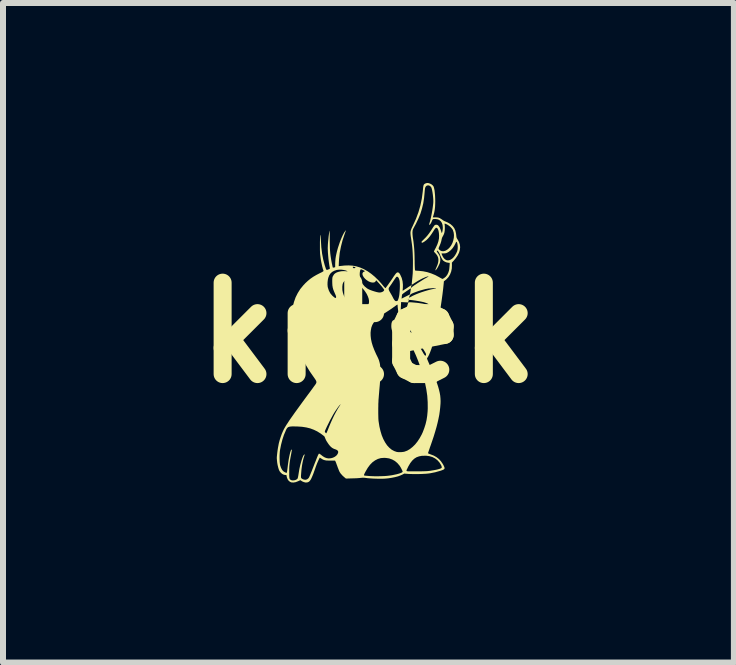
<source format=kicad_pcb>
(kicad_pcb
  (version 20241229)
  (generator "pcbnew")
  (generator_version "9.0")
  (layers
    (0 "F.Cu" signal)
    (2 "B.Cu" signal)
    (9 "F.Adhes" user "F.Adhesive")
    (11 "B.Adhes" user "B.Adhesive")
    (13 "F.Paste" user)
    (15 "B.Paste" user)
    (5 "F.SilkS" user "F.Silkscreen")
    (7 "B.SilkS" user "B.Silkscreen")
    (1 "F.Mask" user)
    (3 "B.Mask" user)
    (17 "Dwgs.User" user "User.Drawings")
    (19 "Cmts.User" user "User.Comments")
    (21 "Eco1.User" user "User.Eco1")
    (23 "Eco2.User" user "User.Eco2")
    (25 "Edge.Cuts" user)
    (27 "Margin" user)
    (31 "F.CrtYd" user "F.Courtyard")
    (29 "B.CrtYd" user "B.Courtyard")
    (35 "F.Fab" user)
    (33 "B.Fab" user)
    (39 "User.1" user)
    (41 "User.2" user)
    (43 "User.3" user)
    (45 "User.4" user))
  (footprint "krtek"
    (layer "F.Cu")
    (at 3.092 2.496)
    (property "Reference" "krtek" (at 0 0 0) (layer "F.SilkS") (effects (font (size 1.524 1.524) (thickness 0.3))))
    (attr board_only exclude_from_pos_files exclude_from_bom)
    (fp_poly (pts (xy -0.305 -0.84) (xy -0.279 -0.834) (xy -0.251 -0.823) (xy -0.223 -0.808) (xy -0.197 -0.789) (xy -0.172 -0.768) (xy -0.152 -0.743) (xy -0.143 -0.73) (xy -0.135 -0.712) (xy -0.129 -0.692) (xy -0.128 -0.687) (xy -0.127 -0.673) (xy -0.129 -0.663) (xy -0.136 -0.654) (xy -0.14 -0.65) (xy -0.151 -0.641) (xy -0.162 -0.636) (xy -0.178 -0.636) (xy -0.197 -0.637) (xy -0.218 -0.642) (xy -0.226 -0.644) (xy -0.26 -0.659) (xy -0.292 -0.68) (xy -0.322 -0.705) (xy -0.345 -0.731) (xy -0.358 -0.753) (xy -0.366 -0.775) (xy -0.368 -0.798) (xy -0.365 -0.816) (xy -0.361 -0.823) (xy -0.347 -0.835) (xy -0.328 -0.84)) (stroke (width 0) (type solid)) (fill yes) (layer "F.SilkS"))
    (fp_poly (pts (xy 0.44 -0.206) (xy 0.449 -0.194) (xy 0.457 -0.173) (xy 0.464 -0.144) (xy 0.468 -0.123) (xy 0.473 -0.096) (xy 0.48 -0.064) (xy 0.488 -0.035) (xy 0.49 -0.027) (xy 0.496 -0.006) (xy 0.501 0.013) (xy 0.504 0.026) (xy 0.504 0.031) (xy 0.501 0.044) (xy 0.491 0.052) (xy 0.476 0.053) (xy 0.459 0.047) (xy 0.451 0.042) (xy 0.43 0.024) (xy 0.41 -0.002) (xy 0.395 -0.032) (xy 0.392 -0.037) (xy 0.385 -0.064) (xy 0.381 -0.095) (xy 0.381 -0.127) (xy 0.384 -0.157) (xy 0.391 -0.18) (xy 0.391 -0.181) (xy 0.402 -0.199) (xy 0.414 -0.208) (xy 0.415 -0.209) (xy 0.428 -0.211)) (stroke (width 0) (type solid)) (fill yes) (layer "F.SilkS"))
    (fp_poly (pts (xy 1.001 -2.494) (xy 1.014 -2.49) (xy 1.043 -2.478) (xy 1.067 -2.46) (xy 1.084 -2.439) (xy 1.088 -2.429) (xy 1.095 -2.403) (xy 1.102 -2.369) (xy 1.106 -2.329) (xy 1.11 -2.284) (xy 1.112 -2.238) (xy 1.113 -2.19) (xy 1.112 -2.144) (xy 1.11 -2.1) (xy 1.106 -2.061) (xy 1.102 -2.034) (xy 1.097 -2.009) (xy 1.091 -1.984) (xy 1.085 -1.963) (xy 1.082 -1.952) (xy 1.076 -1.937) (xy 1.073 -1.927) (xy 1.072 -1.923) (xy 1.076 -1.923) (xy 1.088 -1.922) (xy 1.106 -1.922) (xy 1.114 -1.923) (xy 1.144 -1.922) (xy 1.168 -1.918) (xy 1.189 -1.91) (xy 1.21 -1.897) (xy 1.225 -1.887) (xy 1.242 -1.875) (xy 1.259 -1.864) (xy 1.273 -1.858) (xy 1.274 -1.857) (xy 1.288 -1.852) (xy 1.306 -1.844) (xy 1.324 -1.836) (xy 1.367 -1.81) (xy 1.402 -1.779) (xy 1.429 -1.744) (xy 1.448 -1.703) (xy 1.459 -1.656) (xy 1.463 -1.626) (xy 1.465 -1.604) (xy 1.468 -1.588) (xy 1.472 -1.576) (xy 1.479 -1.565) (xy 1.48 -1.563) (xy 1.489 -1.548) (xy 1.5 -1.528) (xy 1.509 -1.51) (xy 1.523 -1.469) (xy 1.528 -1.426) (xy 1.523 -1.382) (xy 1.51 -1.336) (xy 1.487 -1.289) (xy 1.455 -1.242) (xy 1.415 -1.194) (xy 1.414 -1.194) (xy 1.39 -1.168) (xy 1.391 -1.126) (xy 1.389 -1.07) (xy 1.378 -1.018) (xy 1.359 -0.97) (xy 1.333 -0.927) (xy 1.299 -0.89) (xy 1.283 -0.877) (xy 1.257 -0.857) (xy 1.254 -0.822) (xy 1.245 -0.734) (xy 1.234 -0.643) (xy 1.221 -0.548) (xy 1.207 -0.452) (xy 1.191 -0.356) (xy 1.175 -0.261) (xy 1.157 -0.167) (xy 1.138 -0.077) (xy 1.119 0.009) (xy 1.1 0.09) (xy 1.081 0.163) (xy 1.061 0.229) (xy 1.05 0.265) (xy 1.037 0.3) (xy 1.024 0.334) (xy 1.011 0.364) (xy 0.999 0.389) (xy 0.989 0.408) (xy 0.98 0.419) (xy 0.98 0.419) (xy 0.978 0.422) (xy 0.976 0.426) (xy 0.977 0.431) (xy 0.979 0.44) (xy 0.983 0.452) (xy 0.991 0.47) (xy 1.001 0.494) (xy 1.015 0.525) (xy 1.023 0.545) (xy 1.06 0.629) (xy 1.092 0.706) (xy 1.119 0.776) (xy 1.142 0.84) (xy 1.161 0.898) (xy 1.176 0.952) (xy 1.188 1.003) (xy 1.196 1.05) (xy 1.2 1.095) (xy 1.202 1.138) (xy 1.201 1.179) (xy 1.196 1.242) (xy 1.189 1.305) (xy 1.18 1.369) (xy 1.167 1.434) (xy 1.152 1.501) (xy 1.134 1.572) (xy 1.112 1.648) (xy 1.087 1.73) (xy 1.057 1.819) (xy 1.037 1.877) (xy 1.025 1.91) (xy 1.015 1.94) (xy 1.006 1.966) (xy 0.999 1.987) (xy 0.994 2.001) (xy 0.992 2.007) (xy 0.992 2.007) (xy 0.997 2.012) (xy 1.009 2.018) (xy 1.028 2.025) (xy 1.033 2.027) (xy 1.088 2.048) (xy 1.134 2.074) (xy 1.175 2.106) (xy 1.209 2.144) (xy 1.24 2.19) (xy 1.254 2.216) (xy 1.263 2.236) (xy 1.268 2.251) (xy 1.268 2.264) (xy 1.262 2.273) (xy 1.25 2.282) (xy 1.229 2.291) (xy 1.201 2.301) (xy 1.193 2.303) (xy 1.112 2.326) (xy 1.027 2.343) (xy 1.013 2.345) (xy 0.988 2.348) (xy 0.955 2.351) (xy 0.916 2.353) (xy 0.874 2.355) (xy 0.829 2.356) (xy 0.785 2.356) (xy 0.742 2.356) (xy 0.703 2.355) (xy 0.67 2.354) (xy 0.656 2.353) (xy 0.596 2.348) (xy 0.571 2.362) (xy 0.536 2.378) (xy 0.493 2.394) (xy 0.443 2.407) (xy 0.389 2.418) (xy 0.331 2.427) (xy 0.299 2.43) (xy 0.263 2.433) (xy 0.22 2.434) (xy 0.173 2.434) (xy 0.123 2.433) (xy 0.074 2.431) (xy 0.028 2.428) (xy -0.012 2.425) (xy -0.028 2.423) (xy -0.057 2.419) (xy -0.08 2.417) (xy -0.1 2.417) (xy -0.12 2.419) (xy -0.13 2.42) (xy -0.148 2.422) (xy -0.174 2.424) (xy -0.204 2.426) (xy -0.238 2.427) (xy -0.272 2.428) (xy -0.274 2.428) (xy -0.376 2.431) (xy -0.406 2.406) (xy -0.435 2.38) (xy -0.44 2.373) (xy -0.075 2.373) (xy -0.072 2.379) (xy -0.064 2.382) (xy -0.05 2.383) (xy -0.043 2.384) (xy 0.034 2.39) (xy 0.115 2.393) (xy 0.196 2.392) (xy 0.273 2.389) (xy 0.31 2.386) (xy 0.352 2.381) (xy 0.393 2.375) (xy 0.432 2.367) (xy 0.47 2.359) (xy 0.503 2.35) (xy 0.531 2.341) (xy 0.552 2.332) (xy 0.566 2.323) (xy 0.569 2.319) (xy 0.569 2.312) (xy 0.565 2.302) (xy 0.634 2.302) (xy 0.638 2.307) (xy 0.646 2.309) (xy 0.66 2.31) (xy 0.67 2.31) (xy 0.686 2.311) (xy 0.71 2.311) (xy 0.74 2.311) (xy 0.774 2.311) (xy 0.811 2.311) (xy 0.844 2.311) (xy 0.891 2.31) (xy 0.929 2.309) (xy 0.962 2.308) (xy 0.99 2.306) (xy 1.016 2.303) (xy 1.04 2.3) (xy 1.043 2.299) (xy 1.086 2.292) (xy 1.125 2.285) (xy 1.159 2.277) (xy 1.186 2.269) (xy 1.205 2.262) (xy 1.206 2.262) (xy 1.218 2.254) (xy 1.222 2.243) (xy 1.219 2.228) (xy 1.212 2.21) (xy 1.184 2.164) (xy 1.15 2.126) (xy 1.11 2.095) (xy 1.065 2.072) (xy 1.014 2.057) (xy 0.958 2.05) (xy 0.897 2.052) (xy 0.889 2.052) (xy 0.843 2.061) (xy 0.801 2.076) (xy 0.763 2.1) (xy 0.729 2.132) (xy 0.697 2.173) (xy 0.668 2.222) (xy 0.662 2.233) (xy 0.649 2.261) (xy 0.639 2.28) (xy 0.634 2.294) (xy 0.634 2.302) (xy 0.565 2.302) (xy 0.564 2.299) (xy 0.556 2.282) (xy 0.546 2.262) (xy 0.535 2.242) (xy 0.523 2.223) (xy 0.517 2.214) (xy 0.481 2.172) (xy 0.44 2.138) (xy 0.395 2.113) (xy 0.344 2.095) (xy 0.289 2.087) (xy 0.258 2.086) (xy 0.206 2.09) (xy 0.157 2.104) (xy 0.11 2.128) (xy 0.066 2.16) (xy 0.025 2.202) (xy -0.013 2.253) (xy -0.048 2.313) (xy -0.055 2.326) (xy -0.066 2.348) (xy -0.073 2.364) (xy -0.075 2.373) (xy -0.44 2.373) (xy -0.46 2.352) (xy -0.479 2.324) (xy -0.485 2.313) (xy -0.49 2.302) (xy -0.497 2.284) (xy -0.506 2.261) (xy -0.516 2.236) (xy -0.519 2.225) (xy -0.529 2.2) (xy -0.537 2.177) (xy -0.544 2.159) (xy -0.549 2.147) (xy -0.551 2.144) (xy -0.557 2.132) (xy -0.636 2.132) (xy -0.672 2.131) (xy -0.701 2.13) (xy -0.724 2.126) (xy -0.743 2.121) (xy -0.762 2.113) (xy -0.781 2.101) (xy -0.791 2.095) (xy -0.812 2.081) (xy -0.835 2.128) (xy -0.844 2.149) (xy -0.856 2.176) (xy -0.868 2.207) (xy -0.88 2.239) (xy -0.887 2.26) (xy -0.905 2.311) (xy -0.92 2.353) (xy -0.934 2.387) (xy -0.946 2.415) (xy -0.957 2.438) (xy -0.967 2.455) (xy -0.977 2.468) (xy -0.987 2.479) (xy -0.998 2.487) (xy -1.001 2.488) (xy -1.022 2.496) (xy -1.048 2.497) (xy -1.077 2.49) (xy -1.107 2.477) (xy -1.117 2.47) (xy -1.136 2.458) (xy -1.175 2.476) (xy -1.214 2.491) (xy -1.249 2.497) (xy -1.281 2.496) (xy -1.305 2.487) (xy -1.328 2.47) (xy -1.346 2.446) (xy -1.359 2.415) (xy -1.362 2.401) (xy -1.368 2.372) (xy -1.386 2.372) (xy -1.411 2.367) (xy -1.436 2.355) (xy -1.459 2.336) (xy -1.479 2.312) (xy -1.486 2.3) (xy -1.496 2.276) (xy -1.505 2.245) (xy -1.514 2.208) (xy -1.521 2.17) (xy -1.525 2.132) (xy -1.528 2.096) (xy -1.528 2.087) (xy -1.528 2.083) (xy -1.482 2.083) (xy -1.481 2.119) (xy -1.48 2.152) (xy -1.477 2.18) (xy -1.474 2.201) (xy -1.473 2.207) (xy -1.459 2.249) (xy -1.442 2.282) (xy -1.424 2.305) (xy -1.411 2.315) (xy -1.396 2.324) (xy -1.382 2.331) (xy -1.369 2.335) (xy -1.362 2.334) (xy -1.361 2.333) (xy -1.359 2.327) (xy -1.357 2.314) (xy -1.354 2.293) (xy -1.351 2.269) (xy -1.348 2.245) (xy -1.342 2.195) (xy -1.335 2.147) (xy -1.328 2.102) (xy -1.32 2.061) (xy -1.312 2.026) (xy -1.305 1.996) (xy -1.297 1.972) (xy -1.291 1.956) (xy -1.285 1.948) (xy -1.28 1.948) (xy -1.278 1.954) (xy -1.279 1.966) (xy -1.282 1.985) (xy -1.287 2.013) (xy -1.292 2.04) (xy -1.301 2.087) (xy -1.308 2.127) (xy -1.313 2.163) (xy -1.317 2.196) (xy -1.32 2.23) (xy -1.321 2.266) (xy -1.321 2.307) (xy -1.321 2.321) (xy -1.321 2.359) (xy -1.321 2.388) (xy -1.319 2.41) (xy -1.317 2.426) (xy -1.313 2.437) (xy -1.307 2.445) (xy -1.299 2.451) (xy -1.289 2.457) (xy -1.289 2.457) (xy -1.27 2.462) (xy -1.246 2.461) (xy -1.222 2.457) (xy -1.202 2.448) (xy -1.19 2.439) (xy -1.18 2.428) (xy -1.179 2.426) (xy -1.177 2.416) (xy -1.173 2.399) (xy -1.169 2.377) (xy -1.165 2.352) (xy -1.164 2.345) (xy -1.152 2.272) (xy -1.137 2.205) (xy -1.12 2.143) (xy -1.113 2.12) (xy -1.101 2.085) (xy -1.09 2.059) (xy -1.081 2.041) (xy -1.072 2.032) (xy -1.069 2.03) (xy -1.065 2.029) (xy -1.063 2.029) (xy -1.063 2.033) (xy -1.066 2.042) (xy -1.071 2.058) (xy -1.074 2.065) (xy -1.087 2.111) (xy -1.099 2.164) (xy -1.109 2.221) (xy -1.117 2.282) (xy -1.122 2.343) (xy -1.123 2.358) (xy -1.125 2.383) (xy -1.125 2.4) (xy -1.124 2.411) (xy -1.123 2.419) (xy -1.12 2.424) (xy -1.115 2.429) (xy -1.114 2.429) (xy -1.098 2.44) (xy -1.076 2.448) (xy -1.055 2.451) (xy -1.045 2.451) (xy -1.022 2.443) (xy -1.002 2.427) (xy -0.991 2.412) (xy -0.986 2.402) (xy -0.979 2.385) (xy -0.969 2.362) (xy -0.958 2.334) (xy -0.945 2.304) (xy -0.939 2.287) (xy -0.925 2.252) (xy -0.911 2.216) (xy -0.897 2.18) (xy -0.884 2.148) (xy -0.874 2.123) (xy -0.872 2.117) (xy -0.858 2.082) (xy -0.847 2.055) (xy -0.838 2.036) (xy -0.831 2.023) (xy -0.826 2.016) (xy -0.825 2.015) (xy -0.819 2.017) (xy -0.808 2.023) (xy -0.794 2.033) (xy -0.794 2.033) (xy -0.76 2.06) (xy -0.728 2.079) (xy -0.698 2.09) (xy -0.668 2.095) (xy -0.658 2.095) (xy -0.624 2.092) (xy -0.592 2.083) (xy -0.563 2.069) (xy -0.538 2.051) (xy -0.52 2.03) (xy -0.508 2.007) (xy -0.504 1.987) (xy -0.509 1.971) (xy -0.522 1.958) (xy -0.54 1.948) (xy -0.549 1.945) (xy -0.577 1.935) (xy -0.603 1.921) (xy -0.626 1.903) (xy -0.644 1.884) (xy -0.664 1.859) (xy -0.683 1.831) (xy -0.701 1.803) (xy -0.714 1.777) (xy -0.72 1.762) (xy -0.727 1.745) (xy -0.733 1.732) (xy -0.738 1.725) (xy -0.795 1.682) (xy -0.851 1.647) (xy -0.728 1.647) (xy -0.725 1.655) (xy -0.718 1.665) (xy -0.711 1.673) (xy -0.704 1.676) (xy -0.703 1.676) (xy -0.7 1.67) (xy -0.694 1.659) (xy -0.692 1.655) (xy -0.688 1.644) (xy -0.68 1.626) (xy -0.671 1.603) (xy -0.661 1.579) (xy -0.66 1.575) (xy -0.631 1.506) (xy -0.601 1.439) (xy -0.571 1.376) (xy -0.54 1.318) (xy -0.511 1.267) (xy -0.491 1.235) (xy -0.476 1.213) (xy -0.468 1.2) (xy -0.464 1.193) (xy -0.466 1.193) (xy -0.472 1.2) (xy -0.478 1.205) (xy -0.494 1.224) (xy -0.513 1.249) (xy -0.533 1.278) (xy -0.553 1.307) (xy -0.571 1.335) (xy -0.573 1.339) (xy -0.589 1.365) (xy -0.605 1.395) (xy -0.623 1.428) (xy -0.642 1.462) (xy -0.659 1.497) (xy -0.676 1.531) (xy -0.692 1.563) (xy -0.705 1.591) (xy -0.716 1.615) (xy -0.724 1.634) (xy -0.727 1.645) (xy -0.728 1.647) (xy -0.851 1.647) (xy -0.852 1.646) (xy -0.91 1.618) (xy -0.971 1.595) (xy -1.036 1.579) (xy -1.107 1.568) (xy -1.184 1.563) (xy -1.237 1.562) (xy -1.273 1.562) (xy -1.301 1.564) (xy -1.323 1.568) (xy -1.34 1.575) (xy -1.353 1.586) (xy -1.364 1.601) (xy -1.375 1.621) (xy -1.378 1.63) (xy -1.409 1.703) (xy -1.435 1.782) (xy -1.457 1.867) (xy -1.475 1.959) (xy -1.478 1.984) (xy -1.48 2.014) (xy -1.482 2.048) (xy -1.482 2.083) (xy -1.528 2.083) (xy -1.527 2.064) (xy -1.524 2.034) (xy -1.52 1.998) (xy -1.515 1.96) (xy -1.509 1.921) (xy -1.502 1.884) (xy -1.496 1.851) (xy -1.493 1.838) (xy -1.48 1.789) (xy -1.463 1.737) (xy -1.445 1.686) (xy -1.425 1.64) (xy -1.419 1.627) (xy -1.409 1.607) (xy -1.397 1.585) (xy -1.382 1.56) (xy -1.365 1.532) (xy -1.344 1.501) (xy -1.321 1.465) (xy -1.294 1.426) (xy -1.262 1.381) (xy -1.227 1.331) (xy -1.187 1.276) (xy -1.142 1.214) (xy -1.092 1.145) (xy -1.036 1.069) (xy -1.008 1.031) (xy -0.981 0.995) (xy -0.956 0.961) (xy -0.934 0.931) (xy -0.915 0.904) (xy -0.9 0.884) (xy -0.889 0.869) (xy -0.884 0.862) (xy -0.873 0.844) (xy -0.868 0.828) (xy -0.869 0.813) (xy -0.876 0.795) (xy -0.889 0.774) (xy -0.898 0.761) (xy -0.978 0.646) (xy -1.048 0.531) (xy -1.11 0.416) (xy -1.163 0.301) (xy -1.206 0.186) (xy -1.24 0.072) (xy -1.255 0) (xy 0.035 0) (xy 0.036 0.052) (xy 0.042 0.106) (xy 0.054 0.163) (xy 0.072 0.223) (xy 0.097 0.288) (xy 0.128 0.358) (xy 0.145 0.392) (xy 0.156 0.415) (xy 0.166 0.437) (xy 0.173 0.455) (xy 0.176 0.463) (xy 0.184 0.492) (xy 0.191 0.522) (xy 0.195 0.556) (xy 0.198 0.593) (xy 0.2 0.635) (xy 0.2 0.682) (xy 0.198 0.735) (xy 0.194 0.795) (xy 0.189 0.863) (xy 0.182 0.94) (xy 0.181 0.951) (xy 0.177 1.003) (xy 0.173 1.048) (xy 0.17 1.087) (xy 0.167 1.122) (xy 0.166 1.154) (xy 0.164 1.186) (xy 0.164 1.22) (xy 0.163 1.256) (xy 0.163 1.285) (xy 0.163 1.342) (xy 0.164 1.39) (xy 0.165 1.431) (xy 0.167 1.463) (xy 0.169 1.479) (xy 0.182 1.562) (xy 0.2 1.639) (xy 0.221 1.709) (xy 0.247 1.772) (xy 0.277 1.828) (xy 0.31 1.877) (xy 0.347 1.917) (xy 0.387 1.95) (xy 0.43 1.973) (xy 0.47 1.987) (xy 0.493 1.99) (xy 0.521 1.991) (xy 0.55 1.99) (xy 0.578 1.987) (xy 0.599 1.983) (xy 0.645 1.966) (xy 0.691 1.939) (xy 0.735 1.904) (xy 0.778 1.862) (xy 0.818 1.812) (xy 0.854 1.757) (xy 0.887 1.697) (xy 0.905 1.658) (xy 0.931 1.589) (xy 0.952 1.523) (xy 0.968 1.455) (xy 0.979 1.384) (xy 0.986 1.309) (xy 0.988 1.261) (xy 0.987 1.158) (xy 0.98 1.051) (xy 0.964 0.942) (xy 0.941 0.829) (xy 0.91 0.711) (xy 0.871 0.589) (xy 0.864 0.57) (xy 0.846 0.518) (xy 0.828 0.47) (xy 0.809 0.423) (xy 0.79 0.376) (xy 0.768 0.328) (xy 0.745 0.276) (xy 0.718 0.22) (xy 0.688 0.158) (xy 0.67 0.122) (xy 0.64 0.06) (xy 0.613 0.005) (xy 0.591 -0.044) (xy 0.572 -0.089) (xy 0.555 -0.129) (xy 0.553 -0.135) (xy 0.622 -0.135) (xy 0.622 -0.134) (xy 0.625 -0.13) (xy 0.629 -0.123) (xy 0.636 -0.111) (xy 0.646 -0.095) (xy 0.66 -0.073) (xy 0.678 -0.045) (xy 0.701 -0.009) (xy 0.708 0.002) (xy 0.736 0.047) (xy 0.767 0.096) (xy 0.797 0.146) (xy 0.828 0.196) (xy 0.857 0.244) (xy 0.884 0.288) (xy 0.907 0.328) (xy 0.917 0.346) (xy 0.931 0.367) (xy 0.942 0.38) (xy 0.95 0.383) (xy 0.956 0.378) (xy 0.958 0.373) (xy 0.959 0.366) (xy 0.959 0.357) (xy 0.956 0.347) (xy 0.949 0.333) (xy 0.939 0.316) (xy 0.925 0.293) (xy 0.906 0.264) (xy 0.895 0.247) (xy 0.877 0.22) (xy 0.856 0.189) (xy 0.833 0.156) (xy 0.808 0.12) (xy 0.782 0.083) (xy 0.756 0.046) (xy 0.731 0.01) (xy 0.706 -0.024) (xy 0.684 -0.055) (xy 0.664 -0.082) (xy 0.647 -0.105) (xy 0.634 -0.122) (xy 0.625 -0.132) (xy 0.624 -0.133) (xy 0.623 -0.135) (xy 0.622 -0.135) (xy 0.553 -0.135) (xy 0.542 -0.166) (xy 0.53 -0.202) (xy 0.52 -0.238) (xy 0.512 -0.269) (xy 0.506 -0.295) (xy 0.501 -0.327) (xy 0.495 -0.362) (xy 0.493 -0.379) (xy 0.539 -0.379) (xy 0.54 -0.346) (xy 0.541 -0.315) (xy 0.543 -0.288) (xy 0.546 -0.268) (xy 0.55 -0.254) (xy 0.552 -0.251) (xy 0.563 -0.243) (xy 0.576 -0.245) (xy 0.586 -0.254) (xy 0.591 -0.265) (xy 0.599 -0.284) (xy 0.608 -0.311) (xy 0.618 -0.345) (xy 0.63 -0.386) (xy 0.642 -0.432) (xy 0.646 -0.445) (xy 0.652 -0.467) (xy 0.658 -0.486) (xy 0.663 -0.5) (xy 0.666 -0.506) (xy 0.666 -0.506) (xy 0.674 -0.507) (xy 0.69 -0.508) (xy 0.712 -0.507) (xy 0.739 -0.505) (xy 0.77 -0.502) (xy 0.803 -0.499) (xy 0.836 -0.495) (xy 0.868 -0.49) (xy 0.897 -0.486) (xy 0.922 -0.481) (xy 0.929 -0.479) (xy 0.952 -0.474) (xy 0.974 -0.467) (xy 0.992 -0.462) (xy 0.996 -0.46) (xy 1.014 -0.454) (xy 1.023 -0.452) (xy 1.025 -0.455) (xy 1.018 -0.462) (xy 1.012 -0.468) (xy 0.996 -0.48) (xy 0.975 -0.491) (xy 0.95 -0.5) (xy 0.918 -0.51) (xy 0.88 -0.518) (xy 0.833 -0.527) (xy 0.778 -0.536) (xy 0.777 -0.536) (xy 0.744 -0.541) (xy 0.718 -0.544) (xy 0.7 -0.546) (xy 0.687 -0.547) (xy 0.679 -0.547) (xy 0.675 -0.545) (xy 0.672 -0.542) (xy 0.671 -0.54) (xy 0.667 -0.529) (xy 0.664 -0.518) (xy 0.659 -0.505) (xy 0.601 -0.508) (xy 0.544 -0.511) (xy 0.541 -0.448) (xy 0.539 -0.414) (xy 0.539 -0.379) (xy 0.493 -0.379) (xy 0.491 -0.397) (xy 0.487 -0.429) (xy 0.486 -0.453) (xy 0.485 -0.464) (xy 0.483 -0.469) (xy 0.479 -0.467) (xy 0.468 -0.461) (xy 0.453 -0.45) (xy 0.436 -0.437) (xy 0.417 -0.424) (xy 0.392 -0.406) (xy 0.364 -0.387) (xy 0.334 -0.367) (xy 0.306 -0.349) (xy 0.263 -0.321) (xy 0.227 -0.298) (xy 0.197 -0.276) (xy 0.172 -0.257) (xy 0.151 -0.239) (xy 0.131 -0.22) (xy 0.118 -0.207) (xy 0.087 -0.169) (xy 0.064 -0.13) (xy 0.048 -0.087) (xy 0.039 -0.039) (xy 0.035 0) (xy -1.255 0) (xy -1.264 -0.041) (xy -1.268 -0.068) (xy -1.273 -0.105) (xy -1.276 -0.149) (xy -1.279 -0.196) (xy -1.28 -0.243) (xy -1.279 -0.288) (xy -1.277 -0.327) (xy -1.276 -0.34) (xy -1.263 -0.429) (xy -1.242 -0.512) (xy -1.215 -0.589) (xy -1.179 -0.661) (xy -1.136 -0.729) (xy -1.084 -0.792) (xy -1.072 -0.804) (xy -0.683 -0.804) (xy -0.68 -0.768) (xy -0.676 -0.75) (xy -0.66 -0.702) (xy -0.637 -0.658) (xy -0.604 -0.619) (xy -0.583 -0.6) (xy -0.568 -0.588) (xy -0.558 -0.581) (xy -0.552 -0.578) (xy -0.548 -0.579) (xy -0.544 -0.583) (xy -0.544 -0.583) (xy -0.54 -0.589) (xy -0.539 -0.598) (xy -0.542 -0.61) (xy -0.548 -0.628) (xy -0.559 -0.652) (xy -0.56 -0.655) (xy -0.576 -0.692) (xy -0.588 -0.724) (xy -0.596 -0.753) (xy -0.597 -0.763) (xy -0.436 -0.763) (xy -0.435 -0.711) (xy -0.426 -0.665) (xy -0.411 -0.62) (xy -0.405 -0.608) (xy -0.384 -0.571) (xy -0.357 -0.539) (xy -0.323 -0.511) (xy -0.282 -0.486) (xy -0.234 -0.464) (xy -0.199 -0.452) (xy -0.176 -0.444) (xy -0.154 -0.438) (xy -0.137 -0.433) (xy -0.131 -0.432) (xy -0.103 -0.428) (xy -0.074 -0.429) (xy -0.048 -0.433) (xy -0.032 -0.439) (xy -0.011 -0.455) (xy 0.002 -0.477) (xy 0.009 -0.503) (xy 0.009 -0.534) (xy 0.003 -0.568) (xy -0.01 -0.605) (xy -0.028 -0.644) (xy -0.053 -0.683) (xy -0.072 -0.709) (xy -0.106 -0.748) (xy -0.143 -0.783) (xy -0.181 -0.813) (xy -0.22 -0.838) (xy -0.258 -0.857) (xy -0.295 -0.87) (xy -0.329 -0.876) (xy -0.361 -0.876) (xy -0.388 -0.867) (xy -0.395 -0.864) (xy -0.411 -0.85) (xy -0.423 -0.832) (xy -0.431 -0.808) (xy -0.435 -0.776) (xy -0.436 -0.763) (xy -0.597 -0.763) (xy -0.601 -0.783) (xy -0.603 -0.815) (xy -0.604 -0.849) (xy -0.604 -0.877) (xy -0.603 -0.897) (xy -0.602 -0.912) (xy -0.6 -0.923) (xy -0.597 -0.933) (xy -0.592 -0.944) (xy -0.59 -0.947) (xy -0.574 -0.972) (xy -0.146 -0.972) (xy -0.144 -0.945) (xy -0.141 -0.918) (xy -0.138 -0.903) (xy -0.122 -0.855) (xy -0.097 -0.811) (xy -0.065 -0.773) (xy -0.026 -0.741) (xy -0.014 -0.733) (xy 0.009 -0.721) (xy 0.038 -0.709) (xy 0.071 -0.697) (xy 0.104 -0.687) (xy 0.136 -0.678) (xy 0.164 -0.672) (xy 0.183 -0.67) (xy 0.195 -0.671) (xy 0.211 -0.673) (xy 0.216 -0.675) (xy 0.235 -0.682) (xy 0.251 -0.693) (xy 0.26 -0.705) (xy 0.262 -0.713) (xy 0.259 -0.72) (xy 0.254 -0.727) (xy 0.336 -0.727) (xy 0.34 -0.711) (xy 0.349 -0.691) (xy 0.359 -0.674) (xy 0.373 -0.65) (xy 0.388 -0.624) (xy 0.401 -0.6) (xy 0.404 -0.594) (xy 0.419 -0.565) (xy 0.432 -0.545) (xy 0.444 -0.532) (xy 0.456 -0.526) (xy 0.467 -0.526) (xy 0.47 -0.527) (xy 0.478 -0.529) (xy 0.48 -0.529) (xy 0.485 -0.533) (xy 0.492 -0.546) (xy 0.495 -0.555) (xy 0.655 -0.555) (xy 0.659 -0.553) (xy 0.662 -0.553) (xy 0.668 -0.557) (xy 0.669 -0.561) (xy 0.668 -0.566) (xy 0.663 -0.563) (xy 0.662 -0.563) (xy 0.656 -0.557) (xy 0.655 -0.555) (xy 0.495 -0.555) (xy 0.499 -0.565) (xy 0.5 -0.568) (xy 0.552 -0.568) (xy 0.599 -0.592) (xy 0.679 -0.592) (xy 0.68 -0.584) (xy 0.683 -0.584) (xy 0.69 -0.589) (xy 0.698 -0.594) (xy 0.714 -0.602) (xy 0.733 -0.613) (xy 0.754 -0.623) (xy 0.792 -0.64) (xy 0.837 -0.658) (xy 0.887 -0.676) (xy 0.939 -0.693) (xy 0.991 -0.708) (xy 1.039 -0.721) (xy 1.083 -0.73) (xy 1.095 -0.733) (xy 1.112 -0.736) (xy 1.123 -0.739) (xy 1.128 -0.741) (xy 1.128 -0.741) (xy 1.121 -0.743) (xy 1.107 -0.743) (xy 1.087 -0.743) (xy 1.064 -0.742) (xy 1.039 -0.74) (xy 1.015 -0.738) (xy 0.993 -0.736) (xy 0.985 -0.734) (xy 0.951 -0.728) (xy 0.913 -0.718) (xy 0.873 -0.707) (xy 0.833 -0.695) (xy 0.795 -0.681) (xy 0.76 -0.668) (xy 0.731 -0.656) (xy 0.71 -0.645) (xy 0.695 -0.631) (xy 0.684 -0.613) (xy 0.679 -0.595) (xy 0.679 -0.592) (xy 0.599 -0.592) (xy 0.621 -0.603) (xy 0.691 -0.638) (xy 0.7 -0.688) (xy 0.703 -0.709) (xy 0.706 -0.726) (xy 0.707 -0.737) (xy 0.707 -0.74) (xy 0.703 -0.738) (xy 0.692 -0.732) (xy 0.676 -0.721) (xy 0.658 -0.709) (xy 0.637 -0.695) (xy 0.616 -0.68) (xy 0.597 -0.667) (xy 0.581 -0.655) (xy 0.569 -0.645) (xy 0.563 -0.64) (xy 0.562 -0.64) (xy 0.56 -0.632) (xy 0.557 -0.617) (xy 0.555 -0.6) (xy 0.552 -0.568) (xy 0.5 -0.568) (xy 0.506 -0.589) (xy 0.51 -0.608) (xy 0.514 -0.632) (xy 0.517 -0.662) (xy 0.52 -0.697) (xy 0.522 -0.733) (xy 0.523 -0.769) (xy 0.523 -0.803) (xy 0.522 -0.832) (xy 0.52 -0.855) (xy 0.52 -0.861) (xy 0.512 -0.89) (xy 0.503 -0.913) (xy 0.491 -0.928) (xy 0.479 -0.934) (xy 0.467 -0.932) (xy 0.461 -0.926) (xy 0.452 -0.914) (xy 0.44 -0.897) (xy 0.426 -0.876) (xy 0.418 -0.864) (xy 0.402 -0.84) (xy 0.386 -0.815) (xy 0.371 -0.794) (xy 0.359 -0.777) (xy 0.357 -0.773) (xy 0.344 -0.756) (xy 0.337 -0.741) (xy 0.336 -0.727) (xy 0.254 -0.727) (xy 0.25 -0.734) (xy 0.236 -0.752) (xy 0.219 -0.774) (xy 0.199 -0.797) (xy 0.177 -0.822) (xy 0.157 -0.844) (xy 0.128 -0.875) (xy 0.121 -0.861) (xy 0.11 -0.846) (xy 0.094 -0.838) (xy 0.072 -0.836) (xy 0.063 -0.836) (xy 0.032 -0.843) (xy -0.000183 -0.857) (xy -0.032 -0.878) (xy -0.055 -0.898) (xy -0.078 -0.924) (xy -0.093 -0.949) (xy -0.1 -0.972) (xy -0.1 -0.991) (xy -0.091 -1.007) (xy -0.073 -1.019) (xy -0.071 -1.02) (xy -0.056 -1.026) (xy -0.087 -1.042) (xy -0.103 -1.05) (xy -0.117 -1.055) (xy -0.125 -1.057) (xy -0.125 -1.057) (xy -0.132 -1.053) (xy -0.138 -1.04) (xy -0.142 -1.022) (xy -0.145 -0.998) (xy -0.146 -0.972) (xy -0.574 -0.972) (xy -0.574 -0.973) (xy -0.556 -0.989) (xy -0.529 -1.005) (xy -0.495 -1.016) (xy -0.457 -1.024) (xy -0.417 -1.027) (xy -0.378 -1.025) (xy -0.374 -1.025) (xy -0.357 -1.023) (xy -0.35 -1.023) (xy -0.351 -1.026) (xy -0.362 -1.031) (xy -0.381 -1.038) (xy -0.414 -1.046) (xy -0.451 -1.051) (xy -0.49 -1.051) (xy -0.525 -1.047) (xy -0.53 -1.046) (xy -0.572 -1.032) (xy -0.606 -1.013) (xy -0.634 -0.987) (xy -0.655 -0.955) (xy -0.67 -0.915) (xy -0.677 -0.885) (xy -0.682 -0.842) (xy -0.683 -0.804) (xy -1.072 -0.804) (xy -1.053 -0.825) (xy -1.01 -0.865) (xy -0.966 -0.901) (xy -0.921 -0.932) (xy -0.87 -0.962) (xy -0.816 -0.99) (xy -0.789 -1.003) (xy -0.77 -1.013) (xy -0.758 -1.021) (xy -0.751 -1.026) (xy -0.749 -1.03) (xy -0.749 -1.032) (xy -0.761 -1.066) (xy -0.772 -1.108) (xy -0.782 -1.155) (xy -0.792 -1.204) (xy -0.799 -1.254) (xy -0.805 -1.302) (xy -0.807 -1.324) (xy -0.808 -1.351) (xy -0.809 -1.38) (xy -0.809 -1.412) (xy -0.809 -1.446) (xy -0.809 -1.479) (xy -0.809 -1.512) (xy -0.808 -1.543) (xy -0.807 -1.571) (xy -0.806 -1.594) (xy -0.805 -1.613) (xy -0.803 -1.625) (xy -0.802 -1.631) (xy -0.8 -1.628) (xy -0.799 -1.625) (xy -0.798 -1.614) (xy -0.796 -1.595) (xy -0.795 -1.572) (xy -0.793 -1.546) (xy -0.793 -1.538) (xy -0.786 -1.424) (xy -0.773 -1.318) (xy -0.754 -1.219) (xy -0.73 -1.128) (xy -0.725 -1.112) (xy -0.716 -1.085) (xy -0.71 -1.066) (xy -0.704 -1.054) (xy -0.697 -1.048) (xy -0.69 -1.047) (xy -0.68 -1.05) (xy -0.669 -1.055) (xy -0.655 -1.061) (xy -0.646 -1.067) (xy -0.643 -1.07) (xy -0.652 -1.12) (xy -0.66 -1.174) (xy -0.667 -1.23) (xy -0.672 -1.285) (xy -0.676 -1.337) (xy -0.678 -1.383) (xy -0.679 -1.41) (xy -0.678 -1.434) (xy -0.677 -1.463) (xy -0.675 -1.495) (xy -0.672 -1.529) (xy -0.668 -1.564) (xy -0.665 -1.598) (xy -0.661 -1.629) (xy -0.657 -1.657) (xy -0.653 -1.679) (xy -0.65 -1.694) (xy -0.647 -1.702) (xy -0.647 -1.698) (xy -0.646 -1.685) (xy -0.646 -1.665) (xy -0.646 -1.638) (xy -0.646 -1.607) (xy -0.646 -1.572) (xy -0.646 -1.559) (xy -0.645 -1.499) (xy -0.644 -1.448) (xy -0.643 -1.402) (xy -0.64 -1.361) (xy -0.637 -1.322) (xy -0.632 -1.283) (xy -0.626 -1.243) (xy -0.625 -1.237) (xy -0.621 -1.212) (xy -0.616 -1.185) (xy -0.611 -1.158) (xy -0.605 -1.132) (xy -0.601 -1.111) (xy -0.597 -1.095) (xy -0.594 -1.086) (xy -0.594 -1.086) (xy -0.588 -1.085) (xy -0.577 -1.086) (xy -0.574 -1.087) (xy -0.555 -1.092) (xy -0.555 -1.096) (xy -0.262 -1.096) (xy -0.26 -1.088) (xy -0.256 -1.081) (xy -0.247 -1.075) (xy -0.234 -1.075) (xy -0.221 -1.082) (xy -0.219 -1.084) (xy -0.216 -1.088) (xy -0.22 -1.092) (xy -0.231 -1.096) (xy -0.248 -1.1) (xy -0.258 -1.1) (xy -0.262 -1.098) (xy -0.262 -1.096) (xy -0.555 -1.096) (xy -0.555 -1.153) (xy -0.553 -1.193) (xy -0.55 -1.231) (xy -0.544 -1.271) (xy -0.535 -1.315) (xy -0.523 -1.366) (xy -0.521 -1.372) (xy -0.509 -1.415) (xy -0.494 -1.46) (xy -0.479 -1.505) (xy -0.462 -1.549) (xy -0.445 -1.59) (xy -0.428 -1.627) (xy -0.412 -1.658) (xy -0.397 -1.682) (xy -0.389 -1.693) (xy -0.374 -1.71) (xy -0.396 -1.649) (xy -0.432 -1.541) (xy -0.459 -1.435) (xy -0.479 -1.332) (xy -0.49 -1.23) (xy -0.493 -1.184) (xy -0.496 -1.109) (xy -0.472 -1.112) (xy -0.398 -1.12) (xy -0.33 -1.122) (xy -0.266 -1.118) (xy -0.205 -1.107) (xy -0.145 -1.089) (xy -0.086 -1.064) (xy -0.07 -1.056) (xy -0.012 -1.023) (xy 0.047 -0.981) (xy 0.106 -0.932) (xy 0.164 -0.876) (xy 0.219 -0.815) (xy 0.244 -0.784) (xy 0.258 -0.767) (xy 0.27 -0.754) (xy 0.278 -0.745) (xy 0.282 -0.742) (xy 0.286 -0.746) (xy 0.295 -0.757) (xy 0.307 -0.774) (xy 0.323 -0.795) (xy 0.341 -0.821) (xy 0.361 -0.849) (xy 0.382 -0.879) (xy 0.402 -0.909) (xy 0.419 -0.935) (xy 0.438 -0.962) (xy 0.453 -0.982) (xy 0.465 -0.995) (xy 0.475 -1.003) (xy 0.485 -1.006) (xy 0.495 -1.004) (xy 0.5 -1.003) (xy 0.51 -0.996) (xy 0.521 -0.982) (xy 0.53 -0.966) (xy 0.554 -0.913) (xy 0.568 -0.858) (xy 0.574 -0.8) (xy 0.573 -0.747) (xy 0.571 -0.727) (xy 0.57 -0.711) (xy 0.57 -0.701) (xy 0.57 -0.699) (xy 0.574 -0.701) (xy 0.585 -0.708) (xy 0.601 -0.719) (xy 0.622 -0.732) (xy 0.639 -0.743) (xy 0.661 -0.759) (xy 0.682 -0.772) (xy 0.699 -0.783) (xy 0.71 -0.79) (xy 0.714 -0.792) (xy 0.719 -0.793) (xy 0.719 -0.789) (xy 0.715 -0.782) (xy 0.71 -0.768) (xy 0.708 -0.757) (xy 0.708 -0.745) (xy 0.724 -0.76) (xy 0.732 -0.767) (xy 0.745 -0.776) (xy 0.763 -0.789) (xy 0.788 -0.805) (xy 0.819 -0.826) (xy 0.857 -0.85) (xy 0.903 -0.879) (xy 0.905 -0.88) (xy 0.923 -0.892) (xy 0.946 -0.905) (xy 0.969 -0.918) (xy 0.972 -0.92) (xy 0.991 -0.93) (xy 1 -0.937) (xy 1.001 -0.94) (xy 0.993 -0.939) (xy 0.976 -0.935) (xy 0.956 -0.929) (xy 0.933 -0.919) (xy 0.903 -0.906) (xy 0.87 -0.889) (xy 0.835 -0.87) (xy 0.8 -0.849) (xy 0.768 -0.829) (xy 0.74 -0.81) (xy 0.729 -0.803) (xy 0.723 -0.8) (xy 0.721 -0.8) (xy 0.721 -0.806) (xy 0.721 -0.819) (xy 0.723 -0.837) (xy 0.725 -0.856) (xy 0.732 -0.924) (xy 0.738 -0.994) (xy 0.74 -1.067) (xy 0.741 -1.146) (xy 0.741 -1.217) (xy 0.739 -1.278) (xy 0.737 -1.332) (xy 0.734 -1.381) (xy 0.73 -1.428) (xy 0.724 -1.476) (xy 0.717 -1.527) (xy 0.71 -1.574) (xy 0.704 -1.612) (xy 0.701 -1.643) (xy 0.7 -1.669) (xy 0.701 -1.676) (xy 0.733 -1.676) (xy 0.734 -1.64) (xy 0.738 -1.595) (xy 0.742 -1.571) (xy 0.749 -1.526) (xy 0.754 -1.481) (xy 0.759 -1.436) (xy 0.763 -1.387) (xy 0.766 -1.335) (xy 0.768 -1.276) (xy 0.769 -1.21) (xy 0.77 -1.202) (xy 0.77 -1.157) (xy 0.771 -1.122) (xy 0.772 -1.094) (xy 0.773 -1.073) (xy 0.774 -1.058) (xy 0.775 -1.048) (xy 0.776 -1.042) (xy 0.778 -1.038) (xy 0.78 -1.036) (xy 0.783 -1.036) (xy 0.792 -1.035) (xy 0.808 -1.033) (xy 0.829 -1.032) (xy 0.844 -1.031) (xy 0.91 -1.024) (xy 0.979 -1.01) (xy 1.047 -0.988) (xy 1.113 -0.961) (xy 1.173 -0.929) (xy 1.173 -0.929) (xy 1.199 -0.914) (xy 1.218 -0.904) (xy 1.23 -0.898) (xy 1.235 -0.897) (xy 1.241 -0.9) (xy 1.253 -0.906) (xy 1.262 -0.912) (xy 1.289 -0.934) (xy 1.313 -0.965) (xy 1.331 -1.002) (xy 1.341 -1.033) (xy 1.344 -1.046) (xy 1.347 -1.065) (xy 1.349 -1.087) (xy 1.351 -1.109) (xy 1.353 -1.13) (xy 1.354 -1.148) (xy 1.354 -1.16) (xy 1.353 -1.164) (xy 1.347 -1.165) (xy 1.335 -1.166) (xy 1.327 -1.167) (xy 1.298 -1.173) (xy 1.271 -1.185) (xy 1.247 -1.201) (xy 1.237 -1.212) (xy 1.225 -1.231) (xy 1.211 -1.257) (xy 1.197 -1.287) (xy 1.187 -1.314) (xy 1.183 -1.321) (xy 1.217 -1.321) (xy 1.219 -1.313) (xy 1.225 -1.3) (xy 1.232 -1.283) (xy 1.24 -1.268) (xy 1.247 -1.255) (xy 1.268 -1.23) (xy 1.29 -1.214) (xy 1.309 -1.207) (xy 1.327 -1.206) (xy 1.344 -1.208) (xy 1.365 -1.216) (xy 1.373 -1.22) (xy 1.398 -1.237) (xy 1.422 -1.261) (xy 1.444 -1.291) (xy 1.463 -1.324) (xy 1.478 -1.358) (xy 1.485 -1.385) (xy 1.487 -1.407) (xy 1.488 -1.432) (xy 1.486 -1.457) (xy 1.483 -1.48) (xy 1.478 -1.499) (xy 1.472 -1.512) (xy 1.467 -1.517) (xy 1.462 -1.513) (xy 1.456 -1.503) (xy 1.451 -1.491) (xy 1.429 -1.449) (xy 1.403 -1.41) (xy 1.373 -1.377) (xy 1.34 -1.35) (xy 1.315 -1.335) (xy 1.297 -1.327) (xy 1.279 -1.323) (xy 1.259 -1.322) (xy 1.253 -1.322) (xy 1.236 -1.322) (xy 1.223 -1.321) (xy 1.217 -1.321) (xy 1.217 -1.321) (xy 1.183 -1.321) (xy 1.178 -1.332) (xy 1.167 -1.35) (xy 1.163 -1.355) (xy 1.153 -1.365) (xy 1.147 -1.369) (xy 1.142 -1.368) (xy 1.14 -1.366) (xy 1.138 -1.361) (xy 1.14 -1.354) (xy 1.146 -1.343) (xy 1.153 -1.333) (xy 1.166 -1.315) (xy 1.177 -1.297) (xy 1.184 -1.285) (xy 1.192 -1.261) (xy 1.197 -1.232) (xy 1.197 -1.202) (xy 1.193 -1.175) (xy 1.188 -1.158) (xy 1.179 -1.137) (xy 1.168 -1.115) (xy 1.157 -1.093) (xy 1.145 -1.073) (xy 1.133 -1.056) (xy 1.124 -1.045) (xy 1.117 -1.04) (xy 1.115 -1.04) (xy 1.116 -1.046) (xy 1.119 -1.057) (xy 1.126 -1.074) (xy 1.133 -1.09) (xy 1.152 -1.136) (xy 1.163 -1.178) (xy 1.166 -1.215) (xy 1.162 -1.249) (xy 1.149 -1.281) (xy 1.128 -1.311) (xy 1.115 -1.325) (xy 1.103 -1.338) (xy 1.095 -1.348) (xy 1.091 -1.354) (xy 1.091 -1.354) (xy 1.093 -1.36) (xy 1.099 -1.372) (xy 1.108 -1.39) (xy 1.116 -1.405) (xy 1.169 -1.405) (xy 1.171 -1.394) (xy 1.18 -1.384) (xy 1.194 -1.372) (xy 1.218 -1.361) (xy 1.246 -1.358) (xy 1.275 -1.364) (xy 1.291 -1.371) (xy 1.325 -1.393) (xy 1.355 -1.423) (xy 1.38 -1.458) (xy 1.4 -1.498) (xy 1.414 -1.541) (xy 1.423 -1.584) (xy 1.425 -1.628) (xy 1.42 -1.67) (xy 1.408 -1.708) (xy 1.403 -1.719) (xy 1.386 -1.742) (xy 1.364 -1.766) (xy 1.337 -1.787) (xy 1.31 -1.804) (xy 1.307 -1.805) (xy 1.288 -1.814) (xy 1.275 -1.818) (xy 1.269 -1.817) (xy 1.268 -1.812) (xy 1.269 -1.805) (xy 1.271 -1.795) (xy 1.272 -1.778) (xy 1.273 -1.756) (xy 1.273 -1.741) (xy 1.271 -1.703) (xy 1.266 -1.671) (xy 1.257 -1.642) (xy 1.243 -1.614) (xy 1.24 -1.609) (xy 1.23 -1.591) (xy 1.223 -1.571) (xy 1.22 -1.559) (xy 1.213 -1.525) (xy 1.201 -1.487) (xy 1.186 -1.449) (xy 1.181 -1.439) (xy 1.172 -1.419) (xy 1.169 -1.405) (xy 1.116 -1.405) (xy 1.119 -1.411) (xy 1.123 -1.418) (xy 1.148 -1.472) (xy 1.165 -1.522) (xy 1.175 -1.57) (xy 1.177 -1.618) (xy 1.174 -1.662) (xy 1.168 -1.697) (xy 1.159 -1.724) (xy 1.149 -1.741) (xy 1.137 -1.749) (xy 1.124 -1.748) (xy 1.121 -1.746) (xy 1.115 -1.74) (xy 1.105 -1.728) (xy 1.093 -1.711) (xy 1.083 -1.694) (xy 1.052 -1.646) (xy 1.023 -1.606) (xy 0.995 -1.573) (xy 0.967 -1.545) (xy 0.938 -1.523) (xy 0.93 -1.517) (xy 0.913 -1.507) (xy 0.902 -1.501) (xy 0.896 -1.5) (xy 0.89 -1.502) (xy 0.886 -1.506) (xy 0.883 -1.51) (xy 0.884 -1.514) (xy 0.888 -1.521) (xy 0.897 -1.531) (xy 0.911 -1.545) (xy 0.924 -1.558) (xy 0.955 -1.589) (xy 0.984 -1.622) (xy 1.011 -1.657) (xy 1.04 -1.699) (xy 1.063 -1.735) (xy 1.076 -1.756) (xy 1.089 -1.774) (xy 1.099 -1.787) (xy 1.106 -1.795) (xy 1.107 -1.795) (xy 1.118 -1.799) (xy 1.133 -1.8) (xy 1.134 -1.8) (xy 1.152 -1.796) (xy 1.169 -1.781) (xy 1.185 -1.758) (xy 1.2 -1.725) (xy 1.202 -1.719) (xy 1.209 -1.7) (xy 1.214 -1.684) (xy 1.217 -1.673) (xy 1.217 -1.671) (xy 1.22 -1.664) (xy 1.222 -1.664) (xy 1.226 -1.668) (xy 1.23 -1.68) (xy 1.234 -1.698) (xy 1.237 -1.719) (xy 1.239 -1.742) (xy 1.239 -1.756) (xy 1.235 -1.796) (xy 1.224 -1.829) (xy 1.206 -1.857) (xy 1.181 -1.878) (xy 1.172 -1.883) (xy 1.15 -1.891) (xy 1.123 -1.895) (xy 1.097 -1.896) (xy 1.085 -1.895) (xy 1.076 -1.892) (xy 1.07 -1.888) (xy 1.064 -1.879) (xy 1.058 -1.864) (xy 1.055 -1.857) (xy 1.046 -1.836) (xy 1.036 -1.818) (xy 1.026 -1.805) (xy 1.018 -1.798) (xy 1.013 -1.798) (xy 1.012 -1.804) (xy 1.014 -1.817) (xy 1.019 -1.833) (xy 1.031 -1.877) (xy 1.043 -1.928) (xy 1.054 -1.983) (xy 1.064 -2.04) (xy 1.072 -2.094) (xy 1.078 -2.144) (xy 1.08 -2.163) (xy 1.081 -2.193) (xy 1.08 -2.226) (xy 1.077 -2.263) (xy 1.073 -2.299) (xy 1.068 -2.335) (xy 1.062 -2.368) (xy 1.056 -2.396) (xy 1.049 -2.418) (xy 1.042 -2.43) (xy 1.026 -2.446) (xy 1.007 -2.455) (xy 0.987 -2.456) (xy 0.968 -2.449) (xy 0.963 -2.445) (xy 0.955 -2.436) (xy 0.948 -2.424) (xy 0.943 -2.408) (xy 0.94 -2.387) (xy 0.937 -2.359) (xy 0.936 -2.342) (xy 0.927 -2.246) (xy 0.913 -2.155) (xy 0.892 -2.069) (xy 0.866 -1.984) (xy 0.831 -1.9) (xy 0.79 -1.814) (xy 0.77 -1.778) (xy 0.757 -1.753) (xy 0.747 -1.735) (xy 0.741 -1.721) (xy 0.737 -1.709) (xy 0.735 -1.697) (xy 0.734 -1.683) (xy 0.733 -1.676) (xy 0.701 -1.676) (xy 0.703 -1.693) (xy 0.71 -1.717) (xy 0.72 -1.743) (xy 0.735 -1.774) (xy 0.743 -1.791) (xy 0.792 -1.899) (xy 0.833 -2.009) (xy 0.865 -2.12) (xy 0.889 -2.235) (xy 0.905 -2.355) (xy 0.91 -2.406) (xy 0.913 -2.434) (xy 0.917 -2.454) (xy 0.923 -2.469) (xy 0.932 -2.478) (xy 0.942 -2.485) (xy 0.963 -2.493) (xy 0.982 -2.496)) (stroke (width 0) (type solid)) (fill yes) (layer "F.SilkS")))
  (gr_rect
    (start -3 -3)
    (end 9.183 7.994)
    (stroke (width 0.1) (type default))
    (fill no)
    (layer "Edge.Cuts")))
</source>
